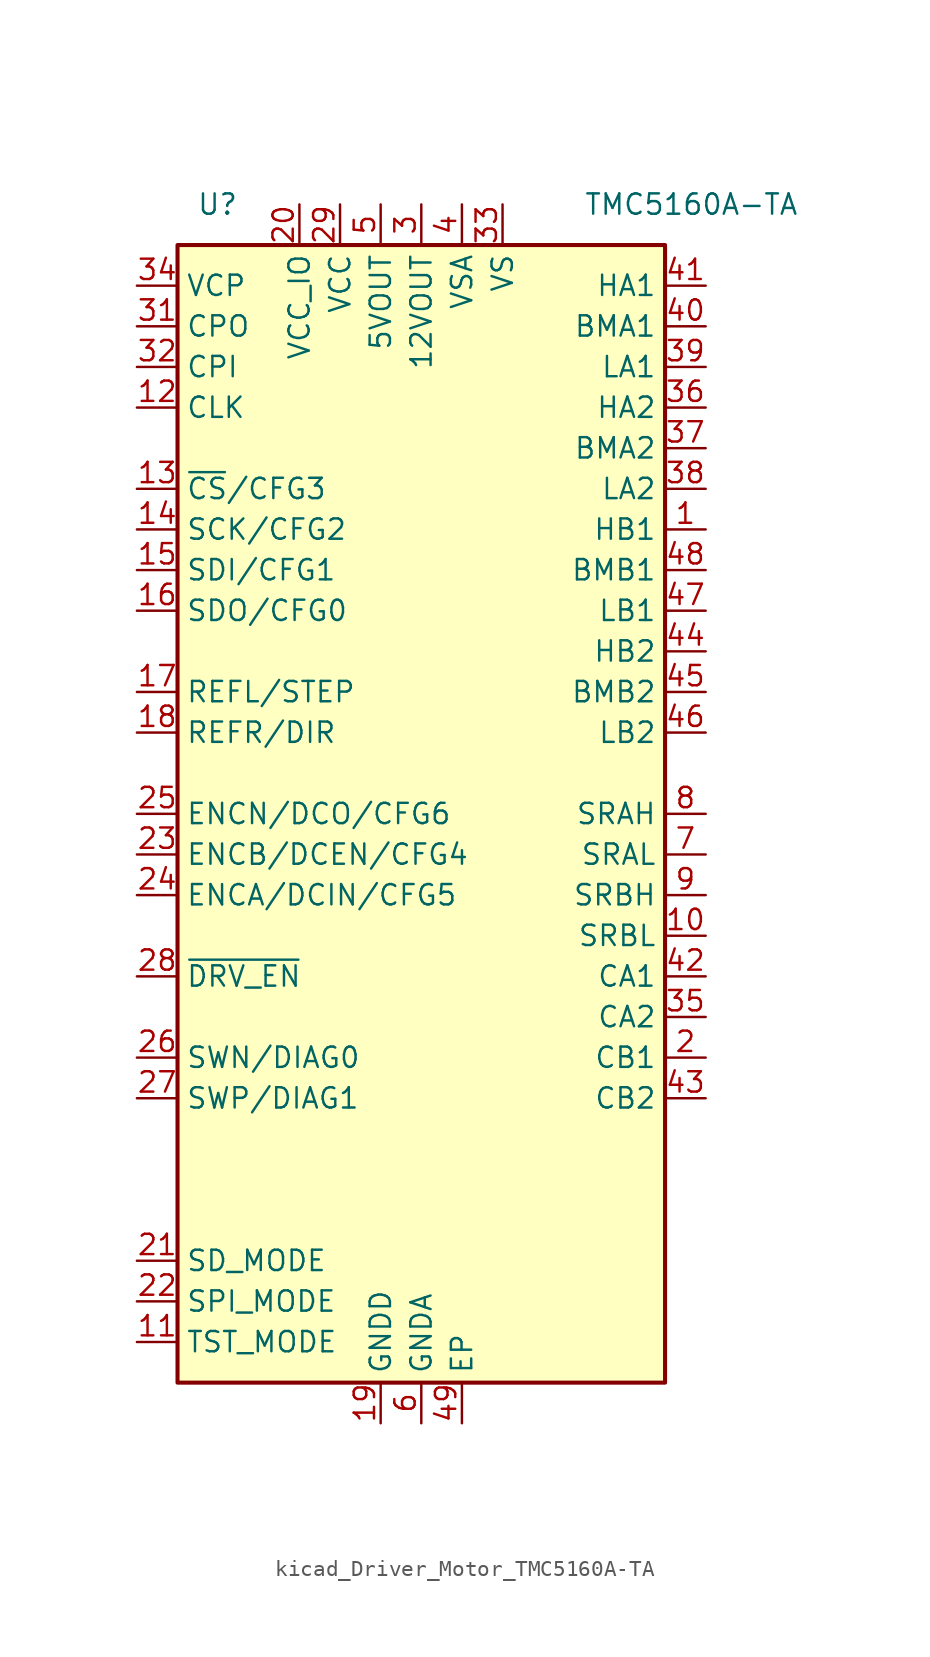
<source format=kicad_sym>
(kicad_symbol_lib
  (version 20220914)
  (generator kicad_symbol_editor)
  (symbol "kicad_Driver_Motor_TMC5160A-TA"
    (property "Reference" "U"
      (at -11.43 38.1 0)
      (effects (font (size 1.27 1.27)) (justify right)))
    (property "Value" "TMC5160A-TA"
      (at 10.16 38.1 0)
      (effects (font (size 1.27 1.27)) (justify left)))
    (symbol "kicad_Driver_Motor_TMC5160A-TA_1_0"
      (rectangle (start -15.24 -35.56) (end 15.24 35.56) (stroke (width 0.254) (type default)) (fill (type background))))
    (symbol "kicad_Driver_Motor_TMC5160A-TA_1_1"
      (pin output line (at 17.78 17.78 180) (length 2.54) (name "HB1" (effects (font (size 1.27 1.27)))) (number "1" (effects (font (size 1.27 1.27)))))
      (pin passive line (at 17.78 -7.62 180) (length 2.54) (name "SRBL" (effects (font (size 1.27 1.27)))) (number "10" (effects (font (size 1.27 1.27)))))
      (pin input line (at -17.78 -33.02 0) (length 2.54) (name "TST_MODE" (effects (font (size 1.27 1.27)))) (number "11" (effects (font (size 1.27 1.27)))))
      (pin input line (at -17.78 25.4 0) (length 2.54) (name "CLK" (effects (font (size 1.27 1.27)))) (number "12" (effects (font (size 1.27 1.27)))))
      (pin input line (at -17.78 20.32 0) (length 2.54) (name "~{CS}/CFG3" (effects (font (size 1.27 1.27)))) (number "13" (effects (font (size 1.27 1.27)))))
      (pin input line (at -17.78 17.78 0) (length 2.54) (name "SCK/CFG2" (effects (font (size 1.27 1.27)))) (number "14" (effects (font (size 1.27 1.27)))))
      (pin input line (at -17.78 15.24 0) (length 2.54) (name "SDI/CFG1" (effects (font (size 1.27 1.27)))) (number "15" (effects (font (size 1.27 1.27)))))
      (pin bidirectional line (at -17.78 12.7 0) (length 2.54) (name "SDO/CFG0" (effects (font (size 1.27 1.27)))) (number "16" (effects (font (size 1.27 1.27)))))
      (pin input line (at -17.78 7.62 0) (length 2.54) (name "REFL/STEP" (effects (font (size 1.27 1.27)))) (number "17" (effects (font (size 1.27 1.27)))))
      (pin input line (at -17.78 5.08 0) (length 2.54) (name "REFR/DIR" (effects (font (size 1.27 1.27)))) (number "18" (effects (font (size 1.27 1.27)))))
      (pin power_in line (at -2.54 -38.1 90) (length 2.54) (name "GNDD" (effects (font (size 1.27 1.27)))) (number "19" (effects (font (size 1.27 1.27)))))
      (pin passive line (at 17.78 -15.24 180) (length 2.54) (name "CB1" (effects (font (size 1.27 1.27)))) (number "2" (effects (font (size 1.27 1.27)))))
      (pin power_in line (at -7.62 38.1 270) (length 2.54) (name "VCC_IO" (effects (font (size 1.27 1.27)))) (number "20" (effects (font (size 1.27 1.27)))))
      (pin input line (at -17.78 -27.94 0) (length 2.54) (name "SD_MODE" (effects (font (size 1.27 1.27)))) (number "21" (effects (font (size 1.27 1.27)))))
      (pin input line (at -17.78 -30.48 0) (length 2.54) (name "SPI_MODE" (effects (font (size 1.27 1.27)))) (number "22" (effects (font (size 1.27 1.27)))))
      (pin input line (at -17.78 -2.54 0) (length 2.54) (name "ENCB/DCEN/CFG4" (effects (font (size 1.27 1.27)))) (number "23" (effects (font (size 1.27 1.27)))))
      (pin input line (at -17.78 -5.08 0) (length 2.54) (name "ENCA/DCIN/CFG5" (effects (font (size 1.27 1.27)))) (number "24" (effects (font (size 1.27 1.27)))))
      (pin bidirectional line (at -17.78 0 0) (length 2.54) (name "ENCN/DCO/CFG6" (effects (font (size 1.27 1.27)))) (number "25" (effects (font (size 1.27 1.27)))))
      (pin bidirectional line (at -17.78 -15.24 0) (length 2.54) (name "SWN/DIAG0" (effects (font (size 1.27 1.27)))) (number "26" (effects (font (size 1.27 1.27)))))
      (pin bidirectional line (at -17.78 -17.78 0) (length 2.54) (name "SWP/DIAG1" (effects (font (size 1.27 1.27)))) (number "27" (effects (font (size 1.27 1.27)))))
      (pin input line (at -17.78 -10.16 0) (length 2.54) (name "~{DRV_EN}" (effects (font (size 1.27 1.27)))) (number "28" (effects (font (size 1.27 1.27)))))
      (pin power_in line (at -5.08 38.1 270) (length 2.54) (name "VCC" (effects (font (size 1.27 1.27)))) (number "29" (effects (font (size 1.27 1.27)))))
      (pin power_out line (at 0 38.1 270) (length 2.54) (name "12VOUT" (effects (font (size 1.27 1.27)))) (number "3" (effects (font (size 1.27 1.27)))))
      (pin passive line (at -2.54 -38.1 90) (length 2.54) hide (name "GNDD" (effects (font (size 1.27 1.27)))) (number "30" (effects (font (size 1.27 1.27)))))
      (pin passive line (at -17.78 30.48 0) (length 2.54) (name "CPO" (effects (font (size 1.27 1.27)))) (number "31" (effects (font (size 1.27 1.27)))))
      (pin passive line (at -17.78 27.94 0) (length 2.54) (name "CPI" (effects (font (size 1.27 1.27)))) (number "32" (effects (font (size 1.27 1.27)))))
      (pin power_in line (at 5.08 38.1 270) (length 2.54) (name "VS" (effects (font (size 1.27 1.27)))) (number "33" (effects (font (size 1.27 1.27)))))
      (pin passive line (at -17.78 33.02 0) (length 2.54) (name "VCP" (effects (font (size 1.27 1.27)))) (number "34" (effects (font (size 1.27 1.27)))))
      (pin passive line (at 17.78 -12.7 180) (length 2.54) (name "CA2" (effects (font (size 1.27 1.27)))) (number "35" (effects (font (size 1.27 1.27)))))
      (pin output line (at 17.78 25.4 180) (length 2.54) (name "HA2" (effects (font (size 1.27 1.27)))) (number "36" (effects (font (size 1.27 1.27)))))
      (pin passive line (at 17.78 22.86 180) (length 2.54) (name "BMA2" (effects (font (size 1.27 1.27)))) (number "37" (effects (font (size 1.27 1.27)))))
      (pin output line (at 17.78 20.32 180) (length 2.54) (name "LA2" (effects (font (size 1.27 1.27)))) (number "38" (effects (font (size 1.27 1.27)))))
      (pin output line (at 17.78 27.94 180) (length 2.54) (name "LA1" (effects (font (size 1.27 1.27)))) (number "39" (effects (font (size 1.27 1.27)))))
      (pin power_in line (at 2.54 38.1 270) (length 2.54) (name "VSA" (effects (font (size 1.27 1.27)))) (number "4" (effects (font (size 1.27 1.27)))))
      (pin passive line (at 17.78 30.48 180) (length 2.54) (name "BMA1" (effects (font (size 1.27 1.27)))) (number "40" (effects (font (size 1.27 1.27)))))
      (pin output line (at 17.78 33.02 180) (length 2.54) (name "HA1" (effects (font (size 1.27 1.27)))) (number "41" (effects (font (size 1.27 1.27)))))
      (pin passive line (at 17.78 -10.16 180) (length 2.54) (name "CA1" (effects (font (size 1.27 1.27)))) (number "42" (effects (font (size 1.27 1.27)))))
      (pin passive line (at 17.78 -17.78 180) (length 2.54) (name "CB2" (effects (font (size 1.27 1.27)))) (number "43" (effects (font (size 1.27 1.27)))))
      (pin output line (at 17.78 10.16 180) (length 2.54) (name "HB2" (effects (font (size 1.27 1.27)))) (number "44" (effects (font (size 1.27 1.27)))))
      (pin passive line (at 17.78 7.62 180) (length 2.54) (name "BMB2" (effects (font (size 1.27 1.27)))) (number "45" (effects (font (size 1.27 1.27)))))
      (pin output line (at 17.78 5.08 180) (length 2.54) (name "LB2" (effects (font (size 1.27 1.27)))) (number "46" (effects (font (size 1.27 1.27)))))
      (pin output line (at 17.78 12.7 180) (length 2.54) (name "LB1" (effects (font (size 1.27 1.27)))) (number "47" (effects (font (size 1.27 1.27)))))
      (pin passive line (at 17.78 15.24 180) (length 2.54) (name "BMB1" (effects (font (size 1.27 1.27)))) (number "48" (effects (font (size 1.27 1.27)))))
      (pin power_in line (at 2.54 -38.1 90) (length 2.54) (name "EP" (effects (font (size 1.27 1.27)))) (number "49" (effects (font (size 1.27 1.27)))))
      (pin power_out line (at -2.54 38.1 270) (length 2.54) (name "5VOUT" (effects (font (size 1.27 1.27)))) (number "5" (effects (font (size 1.27 1.27)))))
      (pin power_in line (at 0 -38.1 90) (length 2.54) (name "GNDA" (effects (font (size 1.27 1.27)))) (number "6" (effects (font (size 1.27 1.27)))))
      (pin passive line (at 17.78 -2.54 180) (length 2.54) (name "SRAL" (effects (font (size 1.27 1.27)))) (number "7" (effects (font (size 1.27 1.27)))))
      (pin passive line (at 17.78 0 180) (length 2.54) (name "SRAH" (effects (font (size 1.27 1.27)))) (number "8" (effects (font (size 1.27 1.27)))))
      (pin passive line (at 17.78 -5.08 180) (length 2.54) (name "SRBH" (effects (font (size 1.27 1.27)))) (number "9" (effects (font (size 1.27 1.27))))))))
</source>
